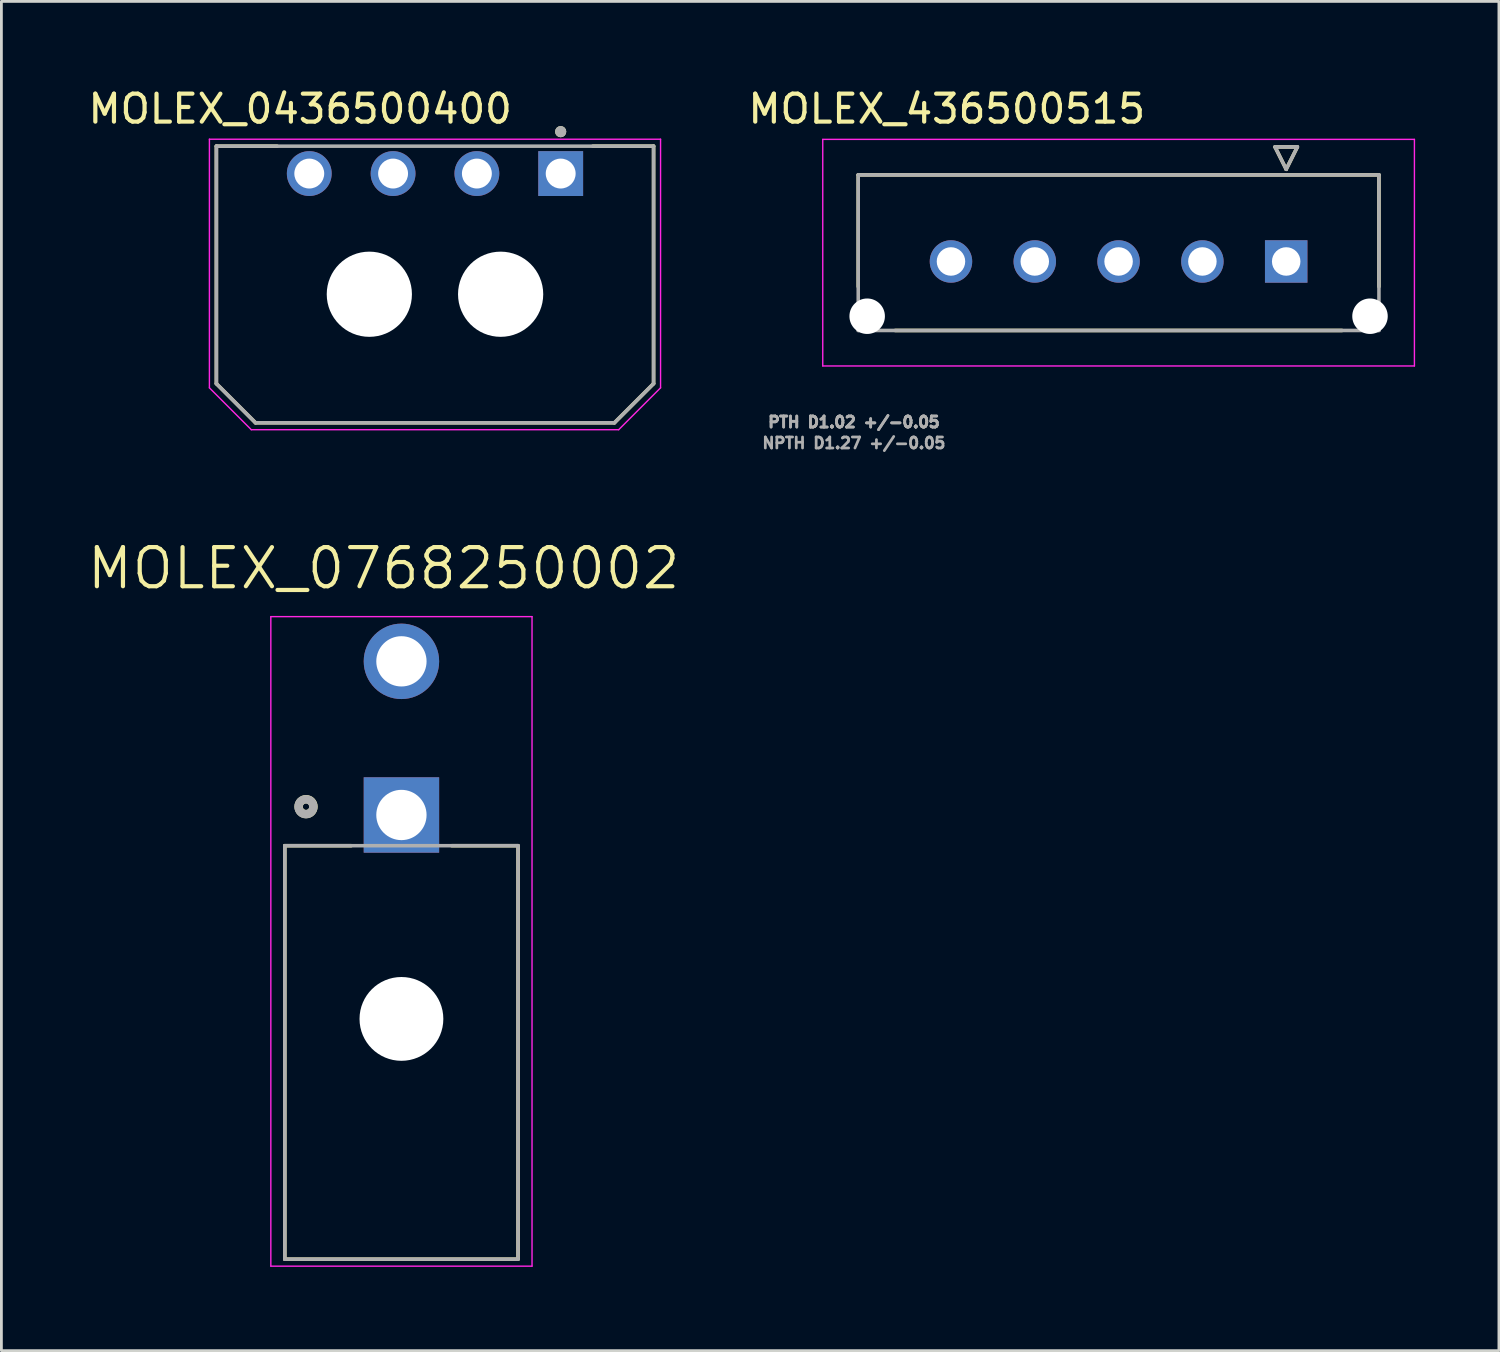
<source format=kicad_pcb>
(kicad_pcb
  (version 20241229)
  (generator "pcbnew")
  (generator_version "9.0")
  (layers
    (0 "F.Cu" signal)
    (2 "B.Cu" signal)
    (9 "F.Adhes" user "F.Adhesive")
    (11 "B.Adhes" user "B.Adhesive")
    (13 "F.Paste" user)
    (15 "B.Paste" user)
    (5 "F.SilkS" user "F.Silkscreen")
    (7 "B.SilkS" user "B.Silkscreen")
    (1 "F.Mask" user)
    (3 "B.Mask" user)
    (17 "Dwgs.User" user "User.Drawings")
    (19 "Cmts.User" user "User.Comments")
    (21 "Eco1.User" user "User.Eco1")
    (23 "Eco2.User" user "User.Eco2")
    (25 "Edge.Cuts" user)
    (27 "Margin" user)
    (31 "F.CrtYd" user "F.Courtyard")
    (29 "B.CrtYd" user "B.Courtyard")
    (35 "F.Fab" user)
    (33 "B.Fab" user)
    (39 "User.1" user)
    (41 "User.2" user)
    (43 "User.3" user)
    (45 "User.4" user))
  (footprint "MOLEX_0768250002"
    (layer "F.Cu")
    (at 11.32 33.424)
    (property "Reference" "MOLEX_0768250002" (at -0.635 -16.129 0) (layer "F.SilkS") (effects (font (size 1.4 1.4) (thickness 0.15))))
    (attr through_hole)
    (fp_line (start -4.175 -6.2) (end -4.175 8.6) (stroke (width 0.127) (type solid)) (layer "F.SilkS"))
    (fp_line (start -4.175 8.6) (end 4.175 8.6) (stroke (width 0.127) (type solid)) (layer "F.SilkS"))
    (fp_line (start -1.8 -6.2) (end -4.175 -6.2) (stroke (width 0.127) (type solid)) (layer "F.SilkS"))
    (fp_line (start 4.175 -6.2) (end 1.8 -6.2) (stroke (width 0.127) (type solid)) (layer "F.SilkS"))
    (fp_line (start 4.175 8.6) (end 4.175 -6.2) (stroke (width 0.127) (type solid)) (layer "F.SilkS"))
    (fp_circle (center -3.414 -7.598) (end -3.298 -7.598) (stroke (width 0.3) (type solid)) (fill no) (layer "F.SilkS"))
    (fp_line (start -4.675 -14.4) (end -4.675 8.85) (stroke (width 0.05) (type solid)) (layer "F.CrtYd"))
    (fp_line (start -4.675 8.85) (end 4.675 8.85) (stroke (width 0.05) (type solid)) (layer "F.CrtYd"))
    (fp_line (start 4.675 -14.4) (end -4.675 -14.4) (stroke (width 0.05) (type solid)) (layer "F.CrtYd"))
    (fp_line (start 4.675 8.85) (end 4.675 -14.4) (stroke (width 0.05) (type solid)) (layer "F.CrtYd"))
    (fp_line (start -4.175 -6.2) (end 4.175 -6.2) (stroke (width 0.127) (type solid)) (layer "F.Fab"))
    (fp_line (start -4.175 8.6) (end -4.175 -6.2) (stroke (width 0.127) (type solid)) (layer "F.Fab"))
    (fp_line (start 4.175 -6.2) (end 4.175 8.6) (stroke (width 0.127) (type solid)) (layer "F.Fab"))
    (fp_line (start 4.175 8.6) (end -4.175 8.6) (stroke (width 0.127) (type solid)) (layer "F.Fab"))
    (fp_circle (center -3.419 -7.595) (end -3.303 -7.595) (stroke (width 0.3) (type solid)) (fill no) (layer "F.Fab"))
    (pad "" np_thru_hole circle (at 0 0) (size 3 3) (drill 3) (layers "*.Cu" "*.Mask"))
    (pad "1" thru_hole rect (at 0 -7.3) (size 2.7 2.7) (drill 1.8) (layers "*.Cu" "*.Mask"))
    (pad "2" thru_hole circle (at 0 -12.8) (size 2.7 2.7) (drill 1.8) (layers "*.Cu" "*.Mask")))
  (footprint "MOLEX_436500515"
    (layer "F.Cu")
    (at 42.992 6.31)
    (property "Reference" "MOLEX_436500515" (at -12.15 -5.462 0) (layer "F.SilkS") (effects (font (size 1 1) (thickness 0.15))))
    (attr through_hole)
    (fp_circle (center -15 1.96) (end -14.644 1.96) (stroke (width 0.711) (type solid)) (fill no) (layer "F.Mask"))
    (fp_circle (center -12 0) (end -11.582 0) (stroke (width 0.836) (type solid)) (fill no) (layer "F.Mask"))
    (fp_circle (center -9 0) (end -8.582 0) (stroke (width 0.836) (type solid)) (fill no) (layer "F.Mask"))
    (fp_circle (center -6 0) (end -5.582 0) (stroke (width 0.836) (type solid)) (fill no) (layer "F.Mask"))
    (fp_circle (center -3 0) (end -2.582 0) (stroke (width 0.836) (type solid)) (fill no) (layer "F.Mask"))
    (fp_circle (center 3 1.96) (end 3.356 1.96) (stroke (width 0.711) (type solid)) (fill no) (layer "F.Mask"))
    (fp_poly (pts (xy -0.836 -0.836) (xy 0.836 -0.836) (xy 0.836 0.836) (xy -0.836 0.836)) (stroke (width 0.01) (type solid)) (fill yes) (layer "F.Mask"))
    (fp_circle (center -15 1.96) (end -14.644 1.96) (stroke (width 0.711) (type solid)) (fill no) (layer "B.Mask"))
    (fp_circle (center -12 0) (end -11.582 0) (stroke (width 0.836) (type solid)) (fill no) (layer "B.Mask"))
    (fp_circle (center -9 0) (end -8.582 0) (stroke (width 0.836) (type solid)) (fill no) (layer "B.Mask"))
    (fp_circle (center -6 0) (end -5.582 0) (stroke (width 0.836) (type solid)) (fill no) (layer "B.Mask"))
    (fp_circle (center -3 0) (end -2.582 0) (stroke (width 0.836) (type solid)) (fill no) (layer "B.Mask"))
    (fp_circle (center 3 1.96) (end 3.356 1.96) (stroke (width 0.711) (type solid)) (fill no) (layer "B.Mask"))
    (fp_poly (pts (xy -0.836 -0.836) (xy 0.836 -0.836) (xy 0.836 0.836) (xy -0.836 0.836)) (stroke (width 0.01) (type solid)) (fill yes) (layer "B.Mask"))
    (fp_line (start -15.32 -3.1) (end -15.32 0.9) (stroke (width 0.127) (type solid)) (layer "F.SilkS"))
    (fp_line (start -15.32 -3.1) (end 3.32 -3.1) (stroke (width 0.127) (type solid)) (layer "F.SilkS"))
    (fp_line (start -0.4 -4.1) (end 0.4 -4.1) (stroke (width 0.127) (type solid)) (layer "F.SilkS"))
    (fp_line (start 0 -3.3) (end -0.4 -4.1) (stroke (width 0.127) (type solid)) (layer "F.SilkS"))
    (fp_line (start 0.4 -4.1) (end 0 -3.3) (stroke (width 0.127) (type solid)) (layer "F.SilkS"))
    (fp_line (start 2 2.47) (end -14 2.47) (stroke (width 0.127) (type solid)) (layer "F.SilkS"))
    (fp_line (start 3.32 -3.1) (end 3.32 0.9) (stroke (width 0.127) (type solid)) (layer "F.SilkS"))
    (fp_line (start -16.59 -4.37) (end 4.59 -4.37) (stroke (width 0.05) (type solid)) (layer "F.CrtYd"))
    (fp_line (start -16.59 3.74) (end -16.59 -4.37) (stroke (width 0.05) (type solid)) (layer "F.CrtYd"))
    (fp_line (start 4.59 3.74) (end -16.59 3.74) (stroke (width 0.05) (type solid)) (layer "F.CrtYd"))
    (fp_line (start 4.59 3.74) (end 4.59 -4.37) (stroke (width 0.05) (type solid)) (layer "F.CrtYd"))
    (fp_line (start -15.32 -3.1) (end 3.32 -3.1) (stroke (width 0.127) (type solid)) (layer "F.Fab"))
    (fp_line (start -15.32 2.47) (end -15.32 -3.1) (stroke (width 0.127) (type solid)) (layer "F.Fab"))
    (fp_line (start -0.4 -4.1) (end 0.4 -4.1) (stroke (width 0.127) (type solid)) (layer "F.Fab"))
    (fp_line (start 0 -3.3) (end -0.4 -4.1) (stroke (width 0.127) (type solid)) (layer "F.Fab"))
    (fp_line (start 0.4 -4.1) (end 0 -3.3) (stroke (width 0.127) (type solid)) (layer "F.Fab"))
    (fp_line (start 3.32 2.47) (end -15.32 2.47) (stroke (width 0.127) (type solid)) (layer "F.Fab"))
    (fp_line (start 3.32 2.47) (end 3.32 -3.1) (stroke (width 0.127) (type solid)) (layer "F.Fab"))
    (fp_text user "PTH D1.02 +/-0.05 " (at -15.325 5.75 0) (layer "F.Fab") (effects (font (size 0.394 0.394) (thickness 0.15))))
    (fp_text user "PTH D1.02 +/-0.05 " (at -15.325 5.75 0) (layer "F.Fab") (effects (font (size 0.394 0.394) (thickness 0.15))))
    (fp_text user "NPTH D1.27 +/-0.05 " (at -15.325 6.5 0) (layer "F.Fab") (effects (font (size 0.394 0.394) (thickness 0.15))))
    (pad "" np_thru_hole circle (at -15 1.96) (size 1.27 1.27) (drill 1.27) (layers "*.Cu" "*.Mask"))
    (pad "" np_thru_hole circle (at 3 1.96) (size 1.27 1.27) (drill 1.27) (layers "*.Cu" "*.Mask"))
    (pad "1" thru_hole rect (at 0 0) (size 1.52 1.52) (drill 1.02) (layers "*.Cu"))
    (pad "2" thru_hole circle (at -3 0) (size 1.52 1.52) (drill 1.02) (layers "*.Cu"))
    (pad "3" thru_hole circle (at -6 0) (size 1.52 1.52) (drill 1.02) (layers "*.Cu"))
    (pad "4" thru_hole circle (at -9 0) (size 1.52 1.52) (drill 1.02) (layers "*.Cu"))
    (pad "5" thru_hole circle (at -12 0) (size 1.52 1.52) (drill 1.02) (layers "*.Cu")))
  (footprint "MOLEX_0436500400"
    (layer "F.Cu")
    (at 12.521 7.483)
    (property "Reference" "MOLEX_0436500400" (at -4.825 -6.635 0) (layer "F.SilkS") (effects (font (size 1 1) (thickness 0.15))))
    (attr through_hole)
    (fp_line (start -7.825 -5.3) (end -7.825 3.2) (stroke (width 0.127) (type solid)) (layer "F.SilkS"))
    (fp_line (start -7.825 -5.3) (end -5.65 -5.3) (stroke (width 0.127) (type solid)) (layer "F.SilkS"))
    (fp_line (start -7.825 3.2) (end -6.425 4.6) (stroke (width 0.127) (type solid)) (layer "F.SilkS"))
    (fp_line (start -6.425 4.6) (end 6.425 4.6) (stroke (width 0.127) (type solid)) (layer "F.SilkS"))
    (fp_line (start 6.425 4.6) (end 7.825 3.2) (stroke (width 0.127) (type solid)) (layer "F.SilkS"))
    (fp_line (start 7.825 -5.3) (end 5.65 -5.3) (stroke (width 0.127) (type solid)) (layer "F.SilkS"))
    (fp_line (start 7.825 3.2) (end 7.825 -5.3) (stroke (width 0.127) (type solid)) (layer "F.SilkS"))
    (fp_circle (center 4.5 -5.82) (end 4.6 -5.82) (stroke (width 0.2) (type solid)) (fill no) (layer "F.SilkS"))
    (fp_line (start -8.075 -5.55) (end -8.075 3.35) (stroke (width 0.05) (type solid)) (layer "F.CrtYd"))
    (fp_line (start -8.075 3.35) (end -6.575 4.85) (stroke (width 0.05) (type solid)) (layer "F.CrtYd"))
    (fp_line (start -6.575 4.85) (end 6.575 4.85) (stroke (width 0.05) (type solid)) (layer "F.CrtYd"))
    (fp_line (start 6.575 4.85) (end 8.075 3.35) (stroke (width 0.05) (type solid)) (layer "F.CrtYd"))
    (fp_line (start 8.075 -5.55) (end -8.075 -5.55) (stroke (width 0.05) (type solid)) (layer "F.CrtYd"))
    (fp_line (start 8.075 3.35) (end 8.075 -5.55) (stroke (width 0.05) (type solid)) (layer "F.CrtYd"))
    (fp_line (start -7.825 -5.3) (end -7.825 3.2) (stroke (width 0.127) (type solid)) (layer "F.Fab"))
    (fp_line (start -7.825 3.2) (end -6.425 4.6) (stroke (width 0.127) (type solid)) (layer "F.Fab"))
    (fp_line (start -6.425 4.6) (end 6.425 4.6) (stroke (width 0.127) (type solid)) (layer "F.Fab"))
    (fp_line (start 6.425 4.6) (end 7.825 3.2) (stroke (width 0.127) (type solid)) (layer "F.Fab"))
    (fp_line (start 7.825 -5.3) (end -7.825 -5.3) (stroke (width 0.127) (type solid)) (layer "F.Fab"))
    (fp_line (start 7.825 3.2) (end 7.825 -5.3) (stroke (width 0.127) (type solid)) (layer "F.Fab"))
    (fp_circle (center 4.5 -5.82) (end 4.6 -5.82) (stroke (width 0.2) (type solid)) (fill no) (layer "F.Fab"))
    (pad "" np_thru_hole circle (at -2.35 0) (size 3.05 3.05) (drill 3.05) (layers "*.Cu" "*.Mask"))
    (pad "" np_thru_hole circle (at 2.35 0) (size 3.05 3.05) (drill 3.05) (layers "*.Cu" "*.Mask"))
    (pad "1" thru_hole rect (at 4.5 -4.32) (size 1.605 1.605) (drill 1.07) (layers "*.Cu" "*.Mask"))
    (pad "2" thru_hole circle (at 1.5 -4.32) (size 1.605 1.605) (drill 1.07) (layers "*.Cu" "*.Mask"))
    (pad "3" thru_hole circle (at -1.5 -4.32) (size 1.605 1.605) (drill 1.07) (layers "*.Cu" "*.Mask"))
    (pad "4" thru_hole circle (at -4.5 -4.32) (size 1.605 1.605) (drill 1.07) (layers "*.Cu" "*.Mask")))
  (gr_rect
    (start -3 -3)
    (end 50.607 45.299)
    (stroke (width 0.1) (type default))
    (fill no)
    (layer "Edge.Cuts")))
</source>
